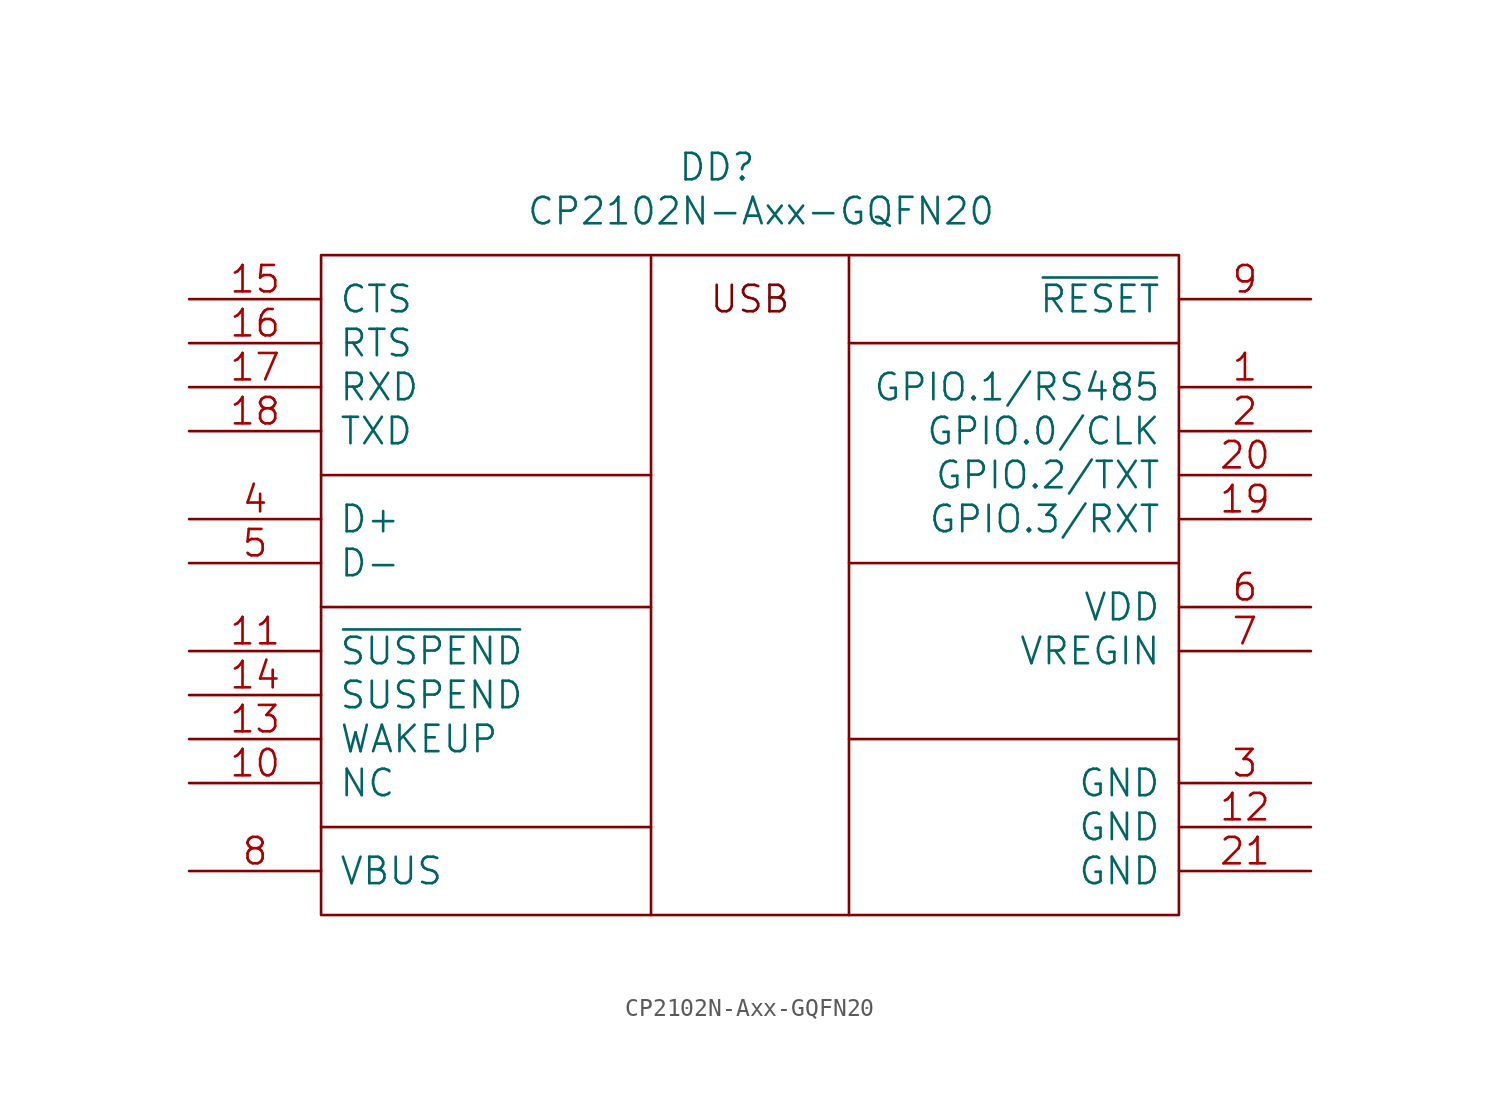
<source format=kicad_sym>
(kicad_symbol_lib
  (version 20211014)
  (generator kicad_symbol_editor)
  (symbol "CP2102N-Axx-GQFN20"
    (pin_names
      (offset 1.016))
    (property "Reference" "DD"
      (at 22.86 5.08 0)
      (effects (font (size 1.524 1.524))))
    (property "Value" "CP2102N-Axx-GQFN20"
      (at 25.4 2.54 0)
      (effects (font (size 1.524 1.524))))
    (property "Footprint" ""
      (at 0 0 0)
      (effects (font (size 1.524 1.524))))
    (property "Datasheet" ""
      (at 0 0 0)
      (effects (font (size 1.524 1.524))))
    (symbol "CP2102N-Axx-GQFN20_0_0"
      (polyline (pts (xy 19.05 -33.02) (xy 0 -33.02)) (stroke (width 0) (type default) (color 0 0 0 0)) (fill (type none)))
      (polyline (pts (xy 19.05 -20.32) (xy 0 -20.32)) (stroke (width 0) (type default) (color 0 0 0 0)) (fill (type none)))
      (polyline (pts (xy 19.05 -12.7) (xy 0 -12.7)) (stroke (width 0) (type default) (color 0 0 0 0)) (fill (type none)))
      (polyline (pts (xy 19.05 0) (xy 19.05 -38.1)) (stroke (width 0) (type default) (color 0 0 0 0)) (fill (type none)))
      (polyline (pts (xy 30.48 0) (xy 30.48 -38.1)) (stroke (width 0) (type default) (color 0 0 0 0)) (fill (type none)))
      (polyline (pts (xy 49.53 -27.94) (xy 30.48 -27.94)) (stroke (width 0) (type default) (color 0 0 0 0)) (fill (type none)))
      (polyline (pts (xy 49.53 -17.78) (xy 30.48 -17.78)) (stroke (width 0) (type default) (color 0 0 0 0)) (fill (type none)))
      (polyline (pts (xy 49.53 -5.08) (xy 30.48 -5.08)) (stroke (width 0) (type default) (color 0 0 0 0)) (fill (type none)))
      (rectangle (start 0 0) (end 49.53 -38.1) (stroke (width 0) (type default) (color 0 0 0 0)) (fill (type none)))
      (text "USB" (at 24.765 -2.54 0) (effects (font (size 1.524 1.524))))
      (pin bidirectional line (at 57.15 -7.62 180) (length 7.62) (name "GPIO.1/RS485" (effects (font (size 1.524 1.524)))) (number "1" (effects (font (size 1.524 1.524)))))
      (pin passive line (at -7.62 -30.48 0) (length 7.62) (name "NC" (effects (font (size 1.524 1.524)))) (number "10" (effects (font (size 1.524 1.524)))))
      (pin output line (at -7.62 -22.86 0) (length 7.62) (name "~{SUSPEND}" (effects (font (size 1.524 1.524)))) (number "11" (effects (font (size 1.524 1.524)))))
      (pin passive line (at 57.15 -33.02 180) (length 7.62) (name "GND" (effects (font (size 1.524 1.524)))) (number "12" (effects (font (size 1.524 1.524)))))
      (pin input line (at -7.62 -27.94 0) (length 7.62) (name "WAKEUP" (effects (font (size 1.524 1.524)))) (number "13" (effects (font (size 1.524 1.524)))))
      (pin output line (at -7.62 -25.4 0) (length 7.62) (name "SUSPEND" (effects (font (size 1.524 1.524)))) (number "14" (effects (font (size 1.524 1.524)))))
      (pin input line (at -7.62 -2.54 0) (length 7.62) (name "CTS" (effects (font (size 1.524 1.524)))) (number "15" (effects (font (size 1.524 1.524)))))
      (pin output line (at -7.62 -5.08 0) (length 7.62) (name "RTS" (effects (font (size 1.524 1.524)))) (number "16" (effects (font (size 1.524 1.524)))))
      (pin input line (at -7.62 -7.62 0) (length 7.62) (name "RXD" (effects (font (size 1.524 1.524)))) (number "17" (effects (font (size 1.524 1.524)))))
      (pin output line (at -7.62 -10.16 0) (length 7.62) (name "TXD" (effects (font (size 1.524 1.524)))) (number "18" (effects (font (size 1.524 1.524)))))
      (pin bidirectional line (at 57.15 -15.24 180) (length 7.62) (name "GPIO.3/RXT" (effects (font (size 1.524 1.524)))) (number "19" (effects (font (size 1.524 1.524)))))
      (pin bidirectional line (at 57.15 -10.16 180) (length 7.62) (name "GPIO.0/CLK" (effects (font (size 1.524 1.524)))) (number "2" (effects (font (size 1.524 1.524)))))
      (pin bidirectional line (at 57.15 -12.7 180) (length 7.62) (name "GPIO.2/TXT" (effects (font (size 1.524 1.524)))) (number "20" (effects (font (size 1.524 1.524)))))
      (pin passive line (at 57.15 -35.56 180) (length 7.62) (name "GND" (effects (font (size 1.524 1.524)))) (number "21" (effects (font (size 1.524 1.524)))))
      (pin passive line (at 57.15 -30.48 180) (length 7.62) (name "GND" (effects (font (size 1.524 1.524)))) (number "3" (effects (font (size 1.524 1.524)))))
      (pin bidirectional line (at -7.62 -15.24 0) (length 7.62) (name "D+" (effects (font (size 1.524 1.524)))) (number "4" (effects (font (size 1.524 1.524)))))
      (pin bidirectional line (at -7.62 -17.78 0) (length 7.62) (name "D-" (effects (font (size 1.524 1.524)))) (number "5" (effects (font (size 1.524 1.524)))))
      (pin power_in line (at 57.15 -20.32 180) (length 7.62) (name "VDD" (effects (font (size 1.524 1.524)))) (number "6" (effects (font (size 1.524 1.524)))))
      (pin input line (at 57.15 -22.86 180) (length 7.62) (name "VREGIN" (effects (font (size 1.524 1.524)))) (number "7" (effects (font (size 1.524 1.524)))))
      (pin input line (at -7.62 -35.56 0) (length 7.62) (name "VBUS" (effects (font (size 1.524 1.524)))) (number "8" (effects (font (size 1.524 1.524)))))
      (pin input line (at 57.15 -2.54 180) (length 7.62) (name "~{RESET}" (effects (font (size 1.524 1.524)))) (number "9" (effects (font (size 1.524 1.524))))))))
</source>
